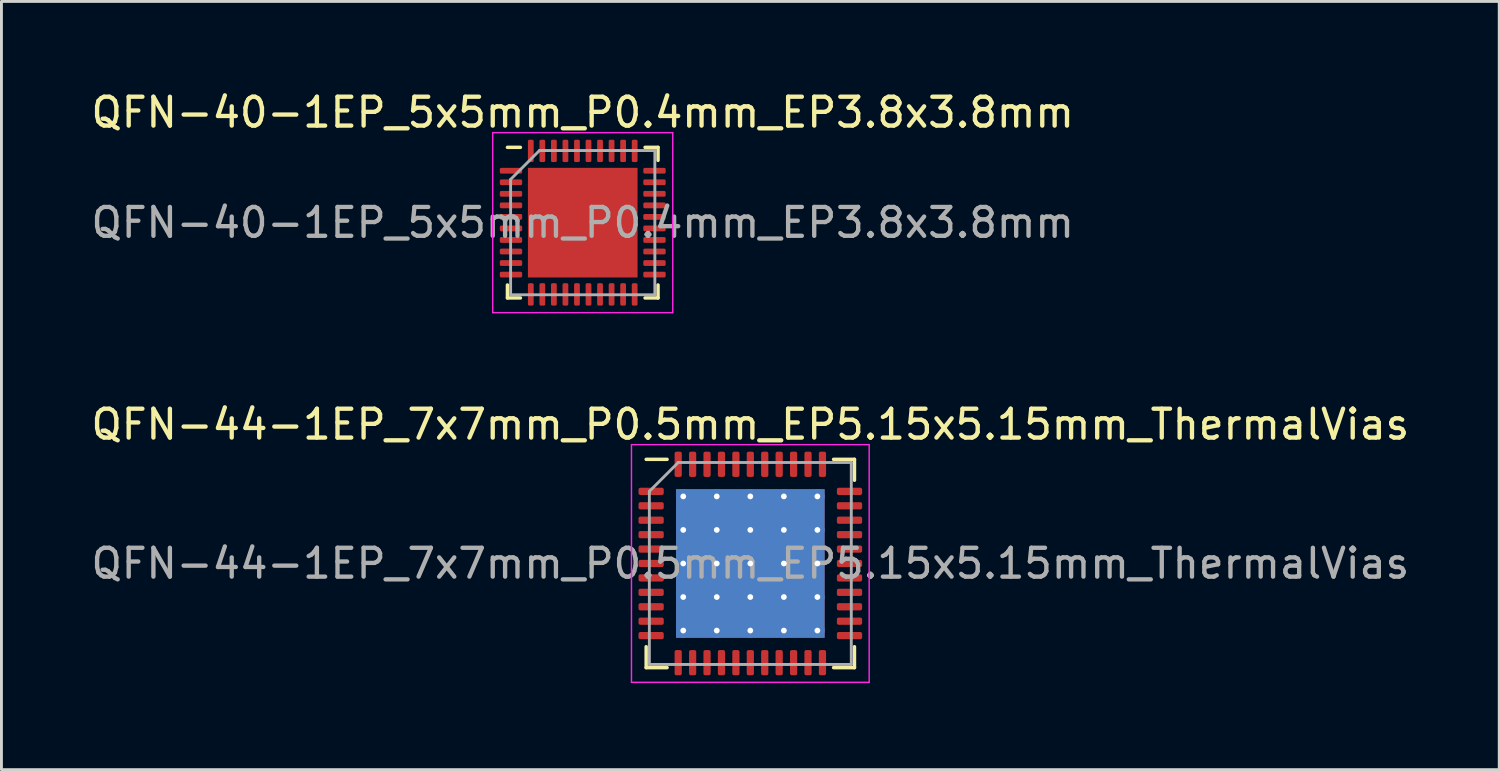
<source format=kicad_pcb>
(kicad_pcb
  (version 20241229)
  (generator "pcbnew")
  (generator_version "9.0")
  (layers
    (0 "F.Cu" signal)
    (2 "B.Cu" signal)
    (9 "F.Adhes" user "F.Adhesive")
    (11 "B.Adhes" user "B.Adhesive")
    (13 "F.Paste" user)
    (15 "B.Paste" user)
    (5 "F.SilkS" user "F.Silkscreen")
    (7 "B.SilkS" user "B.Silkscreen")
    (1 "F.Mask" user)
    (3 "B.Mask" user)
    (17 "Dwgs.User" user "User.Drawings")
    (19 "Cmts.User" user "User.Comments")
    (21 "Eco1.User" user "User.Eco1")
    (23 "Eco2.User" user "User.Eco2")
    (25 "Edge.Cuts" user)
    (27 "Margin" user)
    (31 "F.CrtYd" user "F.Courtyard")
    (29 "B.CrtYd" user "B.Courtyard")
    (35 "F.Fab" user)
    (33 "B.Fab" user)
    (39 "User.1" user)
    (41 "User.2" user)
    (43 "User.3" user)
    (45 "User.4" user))
  (footprint "QFN-40-1EP_5x5mm_P0.4mm_EP3.8x3.8mm"
    (layer "F.Cu")
    (at 17.149 4.668)
    (property "Reference" "QFN-40-1EP_5x5mm_P0.4mm_EP3.8x3.8mm" (at 0 -3.82 0) (layer "F.SilkS") (effects (font (size 1 1) (thickness 0.15))))
    (attr smd)
    (fp_line (start -2.61 2.61) (end -2.61 2.16) (stroke (width 0.12) (type solid)) (layer "F.SilkS"))
    (fp_line (start -2.16 -2.61) (end -2.61 -2.61) (stroke (width 0.12) (type solid)) (layer "F.SilkS"))
    (fp_line (start -2.16 2.61) (end -2.61 2.61) (stroke (width 0.12) (type solid)) (layer "F.SilkS"))
    (fp_line (start 2.16 -2.61) (end 2.61 -2.61) (stroke (width 0.12) (type solid)) (layer "F.SilkS"))
    (fp_line (start 2.16 2.61) (end 2.61 2.61) (stroke (width 0.12) (type solid)) (layer "F.SilkS"))
    (fp_line (start 2.61 -2.61) (end 2.61 -2.16) (stroke (width 0.12) (type solid)) (layer "F.SilkS"))
    (fp_line (start 2.61 2.61) (end 2.61 2.16) (stroke (width 0.12) (type solid)) (layer "F.SilkS"))
    (fp_line (start -3.12 -3.12) (end -3.12 3.12) (stroke (width 0.05) (type solid)) (layer "F.CrtYd"))
    (fp_line (start -3.12 3.12) (end 3.12 3.12) (stroke (width 0.05) (type solid)) (layer "F.CrtYd"))
    (fp_line (start 3.12 -3.12) (end -3.12 -3.12) (stroke (width 0.05) (type solid)) (layer "F.CrtYd"))
    (fp_line (start 3.12 3.12) (end 3.12 -3.12) (stroke (width 0.05) (type solid)) (layer "F.CrtYd"))
    (fp_line (start -2.5 -1.5) (end -1.5 -2.5) (stroke (width 0.1) (type solid)) (layer "F.Fab"))
    (fp_line (start -2.5 2.5) (end -2.5 -1.5) (stroke (width 0.1) (type solid)) (layer "F.Fab"))
    (fp_line (start -1.5 -2.5) (end 2.5 -2.5) (stroke (width 0.1) (type solid)) (layer "F.Fab"))
    (fp_line (start 2.5 -2.5) (end 2.5 2.5) (stroke (width 0.1) (type solid)) (layer "F.Fab"))
    (fp_line (start 2.5 2.5) (end -2.5 2.5) (stroke (width 0.1) (type solid)) (layer "F.Fab"))
    (fp_text user "${REFERENCE}" (at 0 0 0) (layer "F.Fab") (effects (font (size 1 1) (thickness 0.15))))
    (pad "" smd roundrect (at -1.27 -1.27) (size 1.02 1.02) (layers "F.Paste") (roundrect_rratio 0.245))
    (pad "" smd roundrect (at -1.27 0) (size 1.02 1.02) (layers "F.Paste") (roundrect_rratio 0.245))
    (pad "" smd roundrect (at -1.27 1.27) (size 1.02 1.02) (layers "F.Paste") (roundrect_rratio 0.245))
    (pad "" smd roundrect (at 0 -1.27) (size 1.02 1.02) (layers "F.Paste") (roundrect_rratio 0.245))
    (pad "" smd roundrect (at 0 0) (size 1.02 1.02) (layers "F.Paste") (roundrect_rratio 0.245))
    (pad "" smd roundrect (at 0 1.27) (size 1.02 1.02) (layers "F.Paste") (roundrect_rratio 0.245))
    (pad "" smd roundrect (at 1.27 -1.27) (size 1.02 1.02) (layers "F.Paste") (roundrect_rratio 0.245))
    (pad "" smd roundrect (at 1.27 0) (size 1.02 1.02) (layers "F.Paste") (roundrect_rratio 0.245))
    (pad "" smd roundrect (at 1.27 1.27) (size 1.02 1.02) (layers "F.Paste") (roundrect_rratio 0.245))
    (pad "1" smd roundrect (at -2.487 -1.8) (size 0.775 0.2) (layers "F.Cu" "F.Mask" "F.Paste") (roundrect_rratio 0.25))
    (pad "2" smd roundrect (at -2.487 -1.4) (size 0.775 0.2) (layers "F.Cu" "F.Mask" "F.Paste") (roundrect_rratio 0.25))
    (pad "3" smd roundrect (at -2.487 -1) (size 0.775 0.2) (layers "F.Cu" "F.Mask" "F.Paste") (roundrect_rratio 0.25))
    (pad "4" smd roundrect (at -2.487 -0.6) (size 0.775 0.2) (layers "F.Cu" "F.Mask" "F.Paste") (roundrect_rratio 0.25))
    (pad "5" smd roundrect (at -2.487 -0.2) (size 0.775 0.2) (layers "F.Cu" "F.Mask" "F.Paste") (roundrect_rratio 0.25))
    (pad "6" smd roundrect (at -2.487 0.2) (size 0.775 0.2) (layers "F.Cu" "F.Mask" "F.Paste") (roundrect_rratio 0.25))
    (pad "7" smd roundrect (at -2.487 0.6) (size 0.775 0.2) (layers "F.Cu" "F.Mask" "F.Paste") (roundrect_rratio 0.25))
    (pad "8" smd roundrect (at -2.487 1) (size 0.775 0.2) (layers "F.Cu" "F.Mask" "F.Paste") (roundrect_rratio 0.25))
    (pad "9" smd roundrect (at -2.487 1.4) (size 0.775 0.2) (layers "F.Cu" "F.Mask" "F.Paste") (roundrect_rratio 0.25))
    (pad "10" smd roundrect (at -2.487 1.8) (size 0.775 0.2) (layers "F.Cu" "F.Mask" "F.Paste") (roundrect_rratio 0.25))
    (pad "11" smd roundrect (at -1.8 2.487) (size 0.2 0.775) (layers "F.Cu" "F.Mask" "F.Paste") (roundrect_rratio 0.25))
    (pad "12" smd roundrect (at -1.4 2.487) (size 0.2 0.775) (layers "F.Cu" "F.Mask" "F.Paste") (roundrect_rratio 0.25))
    (pad "13" smd roundrect (at -1 2.487) (size 0.2 0.775) (layers "F.Cu" "F.Mask" "F.Paste") (roundrect_rratio 0.25))
    (pad "14" smd roundrect (at -0.6 2.487) (size 0.2 0.775) (layers "F.Cu" "F.Mask" "F.Paste") (roundrect_rratio 0.25))
    (pad "15" smd roundrect (at -0.2 2.487) (size 0.2 0.775) (layers "F.Cu" "F.Mask" "F.Paste") (roundrect_rratio 0.25))
    (pad "16" smd roundrect (at 0.2 2.487) (size 0.2 0.775) (layers "F.Cu" "F.Mask" "F.Paste") (roundrect_rratio 0.25))
    (pad "17" smd roundrect (at 0.6 2.487) (size 0.2 0.775) (layers "F.Cu" "F.Mask" "F.Paste") (roundrect_rratio 0.25))
    (pad "18" smd roundrect (at 1 2.487) (size 0.2 0.775) (layers "F.Cu" "F.Mask" "F.Paste") (roundrect_rratio 0.25))
    (pad "19" smd roundrect (at 1.4 2.487) (size 0.2 0.775) (layers "F.Cu" "F.Mask" "F.Paste") (roundrect_rratio 0.25))
    (pad "20" smd roundrect (at 1.8 2.487) (size 0.2 0.775) (layers "F.Cu" "F.Mask" "F.Paste") (roundrect_rratio 0.25))
    (pad "21" smd roundrect (at 2.487 1.8) (size 0.775 0.2) (layers "F.Cu" "F.Mask" "F.Paste") (roundrect_rratio 0.25))
    (pad "22" smd roundrect (at 2.487 1.4) (size 0.775 0.2) (layers "F.Cu" "F.Mask" "F.Paste") (roundrect_rratio 0.25))
    (pad "23" smd roundrect (at 2.487 1) (size 0.775 0.2) (layers "F.Cu" "F.Mask" "F.Paste") (roundrect_rratio 0.25))
    (pad "24" smd roundrect (at 2.487 0.6) (size 0.775 0.2) (layers "F.Cu" "F.Mask" "F.Paste") (roundrect_rratio 0.25))
    (pad "25" smd roundrect (at 2.487 0.2) (size 0.775 0.2) (layers "F.Cu" "F.Mask" "F.Paste") (roundrect_rratio 0.25))
    (pad "26" smd roundrect (at 2.487 -0.2) (size 0.775 0.2) (layers "F.Cu" "F.Mask" "F.Paste") (roundrect_rratio 0.25))
    (pad "27" smd roundrect (at 2.487 -0.6) (size 0.775 0.2) (layers "F.Cu" "F.Mask" "F.Paste") (roundrect_rratio 0.25))
    (pad "28" smd roundrect (at 2.487 -1) (size 0.775 0.2) (layers "F.Cu" "F.Mask" "F.Paste") (roundrect_rratio 0.25))
    (pad "29" smd roundrect (at 2.487 -1.4) (size 0.775 0.2) (layers "F.Cu" "F.Mask" "F.Paste") (roundrect_rratio 0.25))
    (pad "30" smd roundrect (at 2.487 -1.8) (size 0.775 0.2) (layers "F.Cu" "F.Mask" "F.Paste") (roundrect_rratio 0.25))
    (pad "31" smd roundrect (at 1.8 -2.487) (size 0.2 0.775) (layers "F.Cu" "F.Mask" "F.Paste") (roundrect_rratio 0.25))
    (pad "32" smd roundrect (at 1.4 -2.487) (size 0.2 0.775) (layers "F.Cu" "F.Mask" "F.Paste") (roundrect_rratio 0.25))
    (pad "33" smd roundrect (at 1 -2.487) (size 0.2 0.775) (layers "F.Cu" "F.Mask" "F.Paste") (roundrect_rratio 0.25))
    (pad "34" smd roundrect (at 0.6 -2.487) (size 0.2 0.775) (layers "F.Cu" "F.Mask" "F.Paste") (roundrect_rratio 0.25))
    (pad "35" smd roundrect (at 0.2 -2.487) (size 0.2 0.775) (layers "F.Cu" "F.Mask" "F.Paste") (roundrect_rratio 0.25))
    (pad "36" smd roundrect (at -0.2 -2.487) (size 0.2 0.775) (layers "F.Cu" "F.Mask" "F.Paste") (roundrect_rratio 0.25))
    (pad "37" smd roundrect (at -0.6 -2.487) (size 0.2 0.775) (layers "F.Cu" "F.Mask" "F.Paste") (roundrect_rratio 0.25))
    (pad "38" smd roundrect (at -1 -2.487) (size 0.2 0.775) (layers "F.Cu" "F.Mask" "F.Paste") (roundrect_rratio 0.25))
    (pad "39" smd roundrect (at -1.4 -2.487) (size 0.2 0.775) (layers "F.Cu" "F.Mask" "F.Paste") (roundrect_rratio 0.25))
    (pad "40" smd roundrect (at -1.8 -2.487) (size 0.2 0.775) (layers "F.Cu" "F.Mask" "F.Paste") (roundrect_rratio 0.25))
    (pad "41" smd rect (at 0 0) (size 3.8 3.8) (layers "F.Cu" "F.Mask")))
  (footprint "QFN-44-1EP_7x7mm_P0.5mm_EP5.15x5.15mm_ThermalVias"
    (layer "F.Cu")
    (at 22.958 16.482)
    (property "Reference" "QFN-44-1EP_7x7mm_P0.5mm_EP5.15x5.15mm_ThermalVias" (at 0 -4.82 0) (layer "F.SilkS") (effects (font (size 1 1) (thickness 0.15))))
    (attr smd)
    (fp_line (start -3.61 3.61) (end -3.61 2.885) (stroke (width 0.12) (type solid)) (layer "F.SilkS"))
    (fp_line (start -2.885 -3.61) (end -3.61 -3.61) (stroke (width 0.12) (type solid)) (layer "F.SilkS"))
    (fp_line (start -2.885 3.61) (end -3.61 3.61) (stroke (width 0.12) (type solid)) (layer "F.SilkS"))
    (fp_line (start 2.885 -3.61) (end 3.61 -3.61) (stroke (width 0.12) (type solid)) (layer "F.SilkS"))
    (fp_line (start 2.885 3.61) (end 3.61 3.61) (stroke (width 0.12) (type solid)) (layer "F.SilkS"))
    (fp_line (start 3.61 -3.61) (end 3.61 -2.885) (stroke (width 0.12) (type solid)) (layer "F.SilkS"))
    (fp_line (start 3.61 3.61) (end 3.61 2.885) (stroke (width 0.12) (type solid)) (layer "F.SilkS"))
    (fp_line (start -4.12 -4.12) (end -4.12 4.12) (stroke (width 0.05) (type solid)) (layer "F.CrtYd"))
    (fp_line (start -4.12 4.12) (end 4.12 4.12) (stroke (width 0.05) (type solid)) (layer "F.CrtYd"))
    (fp_line (start 4.12 -4.12) (end -4.12 -4.12) (stroke (width 0.05) (type solid)) (layer "F.CrtYd"))
    (fp_line (start 4.12 4.12) (end 4.12 -4.12) (stroke (width 0.05) (type solid)) (layer "F.CrtYd"))
    (fp_line (start -3.5 -2.5) (end -2.5 -3.5) (stroke (width 0.1) (type solid)) (layer "F.Fab"))
    (fp_line (start -3.5 3.5) (end -3.5 -2.5) (stroke (width 0.1) (type solid)) (layer "F.Fab"))
    (fp_line (start -2.5 -3.5) (end 3.5 -3.5) (stroke (width 0.1) (type solid)) (layer "F.Fab"))
    (fp_line (start 3.5 -3.5) (end 3.5 3.5) (stroke (width 0.1) (type solid)) (layer "F.Fab"))
    (fp_line (start 3.5 3.5) (end -3.5 3.5) (stroke (width 0.1) (type solid)) (layer "F.Fab"))
    (fp_text user "${REFERENCE}" (at 0 0 0) (layer "F.Fab") (effects (font (size 1 1) (thickness 0.15))))
    (pad "" smd roundrect (at -1.744 -1.744) (size 0.997 0.997) (layers "F.Paste") (roundrect_rratio 0.25))
    (pad "" smd roundrect (at -1.744 -0.581) (size 0.997 0.997) (layers "F.Paste") (roundrect_rratio 0.25))
    (pad "" smd roundrect (at -1.744 0.581) (size 0.997 0.997) (layers "F.Paste") (roundrect_rratio 0.25))
    (pad "" smd roundrect (at -1.744 1.744) (size 0.997 0.997) (layers "F.Paste") (roundrect_rratio 0.25))
    (pad "" smd roundrect (at -0.581 -1.744) (size 0.997 0.997) (layers "F.Paste") (roundrect_rratio 0.25))
    (pad "" smd roundrect (at -0.581 -0.581) (size 0.997 0.997) (layers "F.Paste") (roundrect_rratio 0.25))
    (pad "" smd roundrect (at -0.581 0.581) (size 0.997 0.997) (layers "F.Paste") (roundrect_rratio 0.25))
    (pad "" smd roundrect (at -0.581 1.744) (size 0.997 0.997) (layers "F.Paste") (roundrect_rratio 0.25))
    (pad "" smd roundrect (at 0.581 -1.744) (size 0.997 0.997) (layers "F.Paste") (roundrect_rratio 0.25))
    (pad "" smd roundrect (at 0.581 -0.581) (size 0.997 0.997) (layers "F.Paste") (roundrect_rratio 0.25))
    (pad "" smd roundrect (at 0.581 0.581) (size 0.997 0.997) (layers "F.Paste") (roundrect_rratio 0.25))
    (pad "" smd roundrect (at 0.581 1.744) (size 0.997 0.997) (layers "F.Paste") (roundrect_rratio 0.25))
    (pad "" smd roundrect (at 1.744 -1.744) (size 0.997 0.997) (layers "F.Paste") (roundrect_rratio 0.25))
    (pad "" smd roundrect (at 1.744 -0.581) (size 0.997 0.997) (layers "F.Paste") (roundrect_rratio 0.25))
    (pad "" smd roundrect (at 1.744 0.581) (size 0.997 0.997) (layers "F.Paste") (roundrect_rratio 0.25))
    (pad "" smd roundrect (at 1.744 1.744) (size 0.997 0.997) (layers "F.Paste") (roundrect_rratio 0.25))
    (pad "1" smd roundrect (at -3.438 -2.5) (size 0.875 0.25) (layers "F.Cu" "F.Mask" "F.Paste") (roundrect_rratio 0.25))
    (pad "2" smd roundrect (at -3.438 -2) (size 0.875 0.25) (layers "F.Cu" "F.Mask" "F.Paste") (roundrect_rratio 0.25))
    (pad "3" smd roundrect (at -3.438 -1.5) (size 0.875 0.25) (layers "F.Cu" "F.Mask" "F.Paste") (roundrect_rratio 0.25))
    (pad "4" smd roundrect (at -3.438 -1) (size 0.875 0.25) (layers "F.Cu" "F.Mask" "F.Paste") (roundrect_rratio 0.25))
    (pad "5" smd roundrect (at -3.438 -0.5) (size 0.875 0.25) (layers "F.Cu" "F.Mask" "F.Paste") (roundrect_rratio 0.25))
    (pad "6" smd roundrect (at -3.438 0) (size 0.875 0.25) (layers "F.Cu" "F.Mask" "F.Paste") (roundrect_rratio 0.25))
    (pad "7" smd roundrect (at -3.438 0.5) (size 0.875 0.25) (layers "F.Cu" "F.Mask" "F.Paste") (roundrect_rratio 0.25))
    (pad "8" smd roundrect (at -3.438 1) (size 0.875 0.25) (layers "F.Cu" "F.Mask" "F.Paste") (roundrect_rratio 0.25))
    (pad "9" smd roundrect (at -3.438 1.5) (size 0.875 0.25) (layers "F.Cu" "F.Mask" "F.Paste") (roundrect_rratio 0.25))
    (pad "10" smd roundrect (at -3.438 2) (size 0.875 0.25) (layers "F.Cu" "F.Mask" "F.Paste") (roundrect_rratio 0.25))
    (pad "11" smd roundrect (at -3.438 2.5) (size 0.875 0.25) (layers "F.Cu" "F.Mask" "F.Paste") (roundrect_rratio 0.25))
    (pad "12" smd roundrect (at -2.5 3.438) (size 0.25 0.875) (layers "F.Cu" "F.Mask" "F.Paste") (roundrect_rratio 0.25))
    (pad "13" smd roundrect (at -2 3.438) (size 0.25 0.875) (layers "F.Cu" "F.Mask" "F.Paste") (roundrect_rratio 0.25))
    (pad "14" smd roundrect (at -1.5 3.438) (size 0.25 0.875) (layers "F.Cu" "F.Mask" "F.Paste") (roundrect_rratio 0.25))
    (pad "15" smd roundrect (at -1 3.438) (size 0.25 0.875) (layers "F.Cu" "F.Mask" "F.Paste") (roundrect_rratio 0.25))
    (pad "16" smd roundrect (at -0.5 3.438) (size 0.25 0.875) (layers "F.Cu" "F.Mask" "F.Paste") (roundrect_rratio 0.25))
    (pad "17" smd roundrect (at 0 3.438) (size 0.25 0.875) (layers "F.Cu" "F.Mask" "F.Paste") (roundrect_rratio 0.25))
    (pad "18" smd roundrect (at 0.5 3.438) (size 0.25 0.875) (layers "F.Cu" "F.Mask" "F.Paste") (roundrect_rratio 0.25))
    (pad "19" smd roundrect (at 1 3.438) (size 0.25 0.875) (layers "F.Cu" "F.Mask" "F.Paste") (roundrect_rratio 0.25))
    (pad "20" smd roundrect (at 1.5 3.438) (size 0.25 0.875) (layers "F.Cu" "F.Mask" "F.Paste") (roundrect_rratio 0.25))
    (pad "21" smd roundrect (at 2 3.438) (size 0.25 0.875) (layers "F.Cu" "F.Mask" "F.Paste") (roundrect_rratio 0.25))
    (pad "22" smd roundrect (at 2.5 3.438) (size 0.25 0.875) (layers "F.Cu" "F.Mask" "F.Paste") (roundrect_rratio 0.25))
    (pad "23" smd roundrect (at 3.438 2.5) (size 0.875 0.25) (layers "F.Cu" "F.Mask" "F.Paste") (roundrect_rratio 0.25))
    (pad "24" smd roundrect (at 3.438 2) (size 0.875 0.25) (layers "F.Cu" "F.Mask" "F.Paste") (roundrect_rratio 0.25))
    (pad "25" smd roundrect (at 3.438 1.5) (size 0.875 0.25) (layers "F.Cu" "F.Mask" "F.Paste") (roundrect_rratio 0.25))
    (pad "26" smd roundrect (at 3.438 1) (size 0.875 0.25) (layers "F.Cu" "F.Mask" "F.Paste") (roundrect_rratio 0.25))
    (pad "27" smd roundrect (at 3.438 0.5) (size 0.875 0.25) (layers "F.Cu" "F.Mask" "F.Paste") (roundrect_rratio 0.25))
    (pad "28" smd roundrect (at 3.438 0) (size 0.875 0.25) (layers "F.Cu" "F.Mask" "F.Paste") (roundrect_rratio 0.25))
    (pad "29" smd roundrect (at 3.438 -0.5) (size 0.875 0.25) (layers "F.Cu" "F.Mask" "F.Paste") (roundrect_rratio 0.25))
    (pad "30" smd roundrect (at 3.438 -1) (size 0.875 0.25) (layers "F.Cu" "F.Mask" "F.Paste") (roundrect_rratio 0.25))
    (pad "31" smd roundrect (at 3.438 -1.5) (size 0.875 0.25) (layers "F.Cu" "F.Mask" "F.Paste") (roundrect_rratio 0.25))
    (pad "32" smd roundrect (at 3.438 -2) (size 0.875 0.25) (layers "F.Cu" "F.Mask" "F.Paste") (roundrect_rratio 0.25))
    (pad "33" smd roundrect (at 3.438 -2.5) (size 0.875 0.25) (layers "F.Cu" "F.Mask" "F.Paste") (roundrect_rratio 0.25))
    (pad "34" smd roundrect (at 2.5 -3.438) (size 0.25 0.875) (layers "F.Cu" "F.Mask" "F.Paste") (roundrect_rratio 0.25))
    (pad "35" smd roundrect (at 2 -3.438) (size 0.25 0.875) (layers "F.Cu" "F.Mask" "F.Paste") (roundrect_rratio 0.25))
    (pad "36" smd roundrect (at 1.5 -3.438) (size 0.25 0.875) (layers "F.Cu" "F.Mask" "F.Paste") (roundrect_rratio 0.25))
    (pad "37" smd roundrect (at 1 -3.438) (size 0.25 0.875) (layers "F.Cu" "F.Mask" "F.Paste") (roundrect_rratio 0.25))
    (pad "38" smd roundrect (at 0.5 -3.438) (size 0.25 0.875) (layers "F.Cu" "F.Mask" "F.Paste") (roundrect_rratio 0.25))
    (pad "39" smd roundrect (at 0 -3.438) (size 0.25 0.875) (layers "F.Cu" "F.Mask" "F.Paste") (roundrect_rratio 0.25))
    (pad "40" smd roundrect (at -0.5 -3.438) (size 0.25 0.875) (layers "F.Cu" "F.Mask" "F.Paste") (roundrect_rratio 0.25))
    (pad "41" smd roundrect (at -1 -3.438) (size 0.25 0.875) (layers "F.Cu" "F.Mask" "F.Paste") (roundrect_rratio 0.25))
    (pad "42" smd roundrect (at -1.5 -3.438) (size 0.25 0.875) (layers "F.Cu" "F.Mask" "F.Paste") (roundrect_rratio 0.25))
    (pad "43" smd roundrect (at -2 -3.438) (size 0.25 0.875) (layers "F.Cu" "F.Mask" "F.Paste") (roundrect_rratio 0.25))
    (pad "44" smd roundrect (at -2.5 -3.438) (size 0.25 0.875) (layers "F.Cu" "F.Mask" "F.Paste") (roundrect_rratio 0.25))
    (pad "45" thru_hole circle (at -2.325 -2.325) (size 0.5 0.5) (drill 0.2) (layers "*.Cu"))
    (pad "45" thru_hole circle (at -2.325 -1.163) (size 0.5 0.5) (drill 0.2) (layers "*.Cu"))
    (pad "45" thru_hole circle (at -2.325 0) (size 0.5 0.5) (drill 0.2) (layers "*.Cu"))
    (pad "45" thru_hole circle (at -2.325 1.163) (size 0.5 0.5) (drill 0.2) (layers "*.Cu"))
    (pad "45" thru_hole circle (at -2.325 2.325) (size 0.5 0.5) (drill 0.2) (layers "*.Cu"))
    (pad "45" thru_hole circle (at -1.163 -2.325) (size 0.5 0.5) (drill 0.2) (layers "*.Cu"))
    (pad "45" thru_hole circle (at -1.163 -1.163) (size 0.5 0.5) (drill 0.2) (layers "*.Cu"))
    (pad "45" thru_hole circle (at -1.163 0) (size 0.5 0.5) (drill 0.2) (layers "*.Cu"))
    (pad "45" thru_hole circle (at -1.163 1.163) (size 0.5 0.5) (drill 0.2) (layers "*.Cu"))
    (pad "45" thru_hole circle (at -1.163 2.325) (size 0.5 0.5) (drill 0.2) (layers "*.Cu"))
    (pad "45" thru_hole circle (at 0 -2.325) (size 0.5 0.5) (drill 0.2) (layers "*.Cu"))
    (pad "45" thru_hole circle (at 0 -1.163) (size 0.5 0.5) (drill 0.2) (layers "*.Cu"))
    (pad "45" thru_hole circle (at 0 0) (size 0.5 0.5) (drill 0.2) (layers "*.Cu"))
    (pad "45" smd rect (at 0 0) (size 5.15 5.15) (layers "F.Cu" "F.Mask"))
    (pad "45" smd rect (at 0 0) (size 5.15 5.15) (layers "B.Cu"))
    (pad "45" thru_hole circle (at 0 1.163) (size 0.5 0.5) (drill 0.2) (layers "*.Cu"))
    (pad "45" thru_hole circle (at 0 2.325) (size 0.5 0.5) (drill 0.2) (layers "*.Cu"))
    (pad "45" thru_hole circle (at 1.163 -2.325) (size 0.5 0.5) (drill 0.2) (layers "*.Cu"))
    (pad "45" thru_hole circle (at 1.163 -1.163) (size 0.5 0.5) (drill 0.2) (layers "*.Cu"))
    (pad "45" thru_hole circle (at 1.163 0) (size 0.5 0.5) (drill 0.2) (layers "*.Cu"))
    (pad "45" thru_hole circle (at 1.163 1.163) (size 0.5 0.5) (drill 0.2) (layers "*.Cu"))
    (pad "45" thru_hole circle (at 1.163 2.325) (size 0.5 0.5) (drill 0.2) (layers "*.Cu"))
    (pad "45" thru_hole circle (at 2.325 -2.325) (size 0.5 0.5) (drill 0.2) (layers "*.Cu"))
    (pad "45" thru_hole circle (at 2.325 -1.163) (size 0.5 0.5) (drill 0.2) (layers "*.Cu"))
    (pad "45" thru_hole circle (at 2.325 0) (size 0.5 0.5) (drill 0.2) (layers "*.Cu"))
    (pad "45" thru_hole circle (at 2.325 1.163) (size 0.5 0.5) (drill 0.2) (layers "*.Cu"))
    (pad "45" thru_hole circle (at 2.325 2.325) (size 0.5 0.5) (drill 0.2) (layers "*.Cu")))
  (gr_rect
    (start -3 -3)
    (end 48.917 23.627)
    (stroke (width 0.1) (type default))
    (fill no)
    (layer "Edge.Cuts")))
</source>
